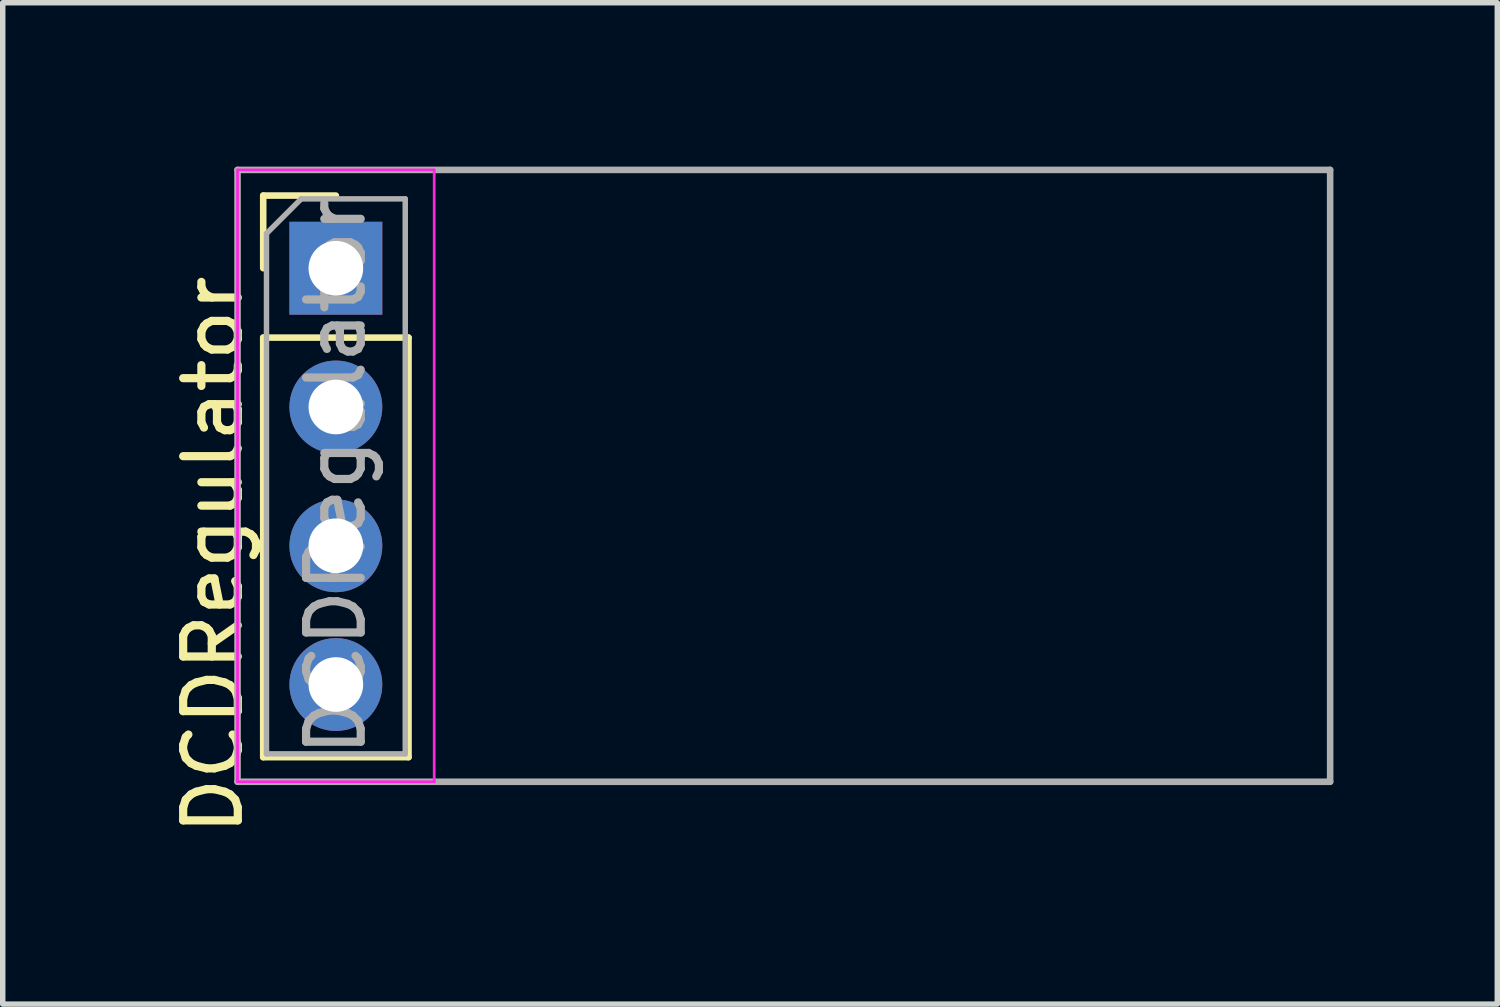
<source format=kicad_pcb>
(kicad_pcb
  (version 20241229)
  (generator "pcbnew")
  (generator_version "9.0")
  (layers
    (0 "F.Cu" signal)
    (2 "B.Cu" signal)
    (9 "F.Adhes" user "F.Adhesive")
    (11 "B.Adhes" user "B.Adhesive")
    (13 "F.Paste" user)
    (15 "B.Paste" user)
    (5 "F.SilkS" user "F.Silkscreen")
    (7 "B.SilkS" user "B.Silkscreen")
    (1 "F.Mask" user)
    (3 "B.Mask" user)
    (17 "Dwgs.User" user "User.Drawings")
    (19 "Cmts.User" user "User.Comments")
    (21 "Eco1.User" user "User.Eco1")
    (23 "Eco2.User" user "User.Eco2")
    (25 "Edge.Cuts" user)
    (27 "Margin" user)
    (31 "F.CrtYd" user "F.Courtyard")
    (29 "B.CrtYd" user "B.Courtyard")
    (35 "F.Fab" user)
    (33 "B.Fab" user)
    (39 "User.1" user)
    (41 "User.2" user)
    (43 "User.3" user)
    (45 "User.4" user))
  (footprint "DCDRegulator"
    (layer "F.Cu")
    (at 3.098 1.86)
    (property "Reference" "DCDRegulator" (at -2.25 5.25 90) (layer "F.SilkS") (effects (font (size 1 1) (thickness 0.15))))
    (attr through_hole)
    (fp_line (start -1.33 -1.33) (end 0 -1.33) (stroke (width 0.12) (type solid)) (layer "F.SilkS"))
    (fp_line (start -1.33 0) (end -1.33 -1.33) (stroke (width 0.12) (type solid)) (layer "F.SilkS"))
    (fp_line (start -1.33 1.27) (end -1.33 8.95) (stroke (width 0.12) (type solid)) (layer "F.SilkS"))
    (fp_line (start -1.33 1.27) (end 1.33 1.27) (stroke (width 0.12) (type solid)) (layer "F.SilkS"))
    (fp_line (start -1.33 8.95) (end 1.33 8.95) (stroke (width 0.12) (type solid)) (layer "F.SilkS"))
    (fp_line (start 1.33 1.27) (end 1.33 8.95) (stroke (width 0.12) (type solid)) (layer "F.SilkS"))
    (fp_line (start -1.8 -1.8) (end -1.8 9.4) (stroke (width 0.05) (type solid)) (layer "F.CrtYd"))
    (fp_line (start -1.8 9.4) (end 1.8 9.4) (stroke (width 0.05) (type solid)) (layer "F.CrtYd"))
    (fp_line (start 1.8 -1.8) (end -1.8 -1.8) (stroke (width 0.05) (type solid)) (layer "F.CrtYd"))
    (fp_line (start 1.8 9.4) (end 1.8 -1.8) (stroke (width 0.05) (type solid)) (layer "F.CrtYd"))
    (fp_line (start -1.8 -1.8) (end -1.8 9.4) (stroke (width 0.12) (type solid)) (layer "F.Fab"))
    (fp_line (start -1.8 9.4) (end 18.2 9.4) (stroke (width 0.12) (type solid)) (layer "F.Fab"))
    (fp_line (start -1.27 -0.635) (end -0.635 -1.27) (stroke (width 0.1) (type solid)) (layer "F.Fab"))
    (fp_line (start -1.27 8.89) (end -1.27 -0.635) (stroke (width 0.1) (type solid)) (layer "F.Fab"))
    (fp_line (start -0.635 -1.27) (end 1.27 -1.27) (stroke (width 0.1) (type solid)) (layer "F.Fab"))
    (fp_line (start 1.27 -1.27) (end 1.27 8.89) (stroke (width 0.1) (type solid)) (layer "F.Fab"))
    (fp_line (start 1.27 8.89) (end -1.27 8.89) (stroke (width 0.1) (type solid)) (layer "F.Fab"))
    (fp_line (start 18.2 -1.8) (end -1.8 -1.8) (stroke (width 0.12) (type solid)) (layer "F.Fab"))
    (fp_line (start 18.2 9.4) (end 18.2 -1.8) (stroke (width 0.12) (type solid)) (layer "F.Fab"))
    (fp_text user "${REFERENCE}" (at 0 3.81 90) (layer "F.Fab") (effects (font (size 1 1) (thickness 0.15))))
    (pad "1" thru_hole rect (at 0 0) (size 1.7 1.7) (drill 1) (layers "*.Cu" "*.Mask"))
    (pad "2" thru_hole oval (at 0 2.54) (size 1.7 1.7) (drill 1) (layers "*.Cu" "*.Mask"))
    (pad "3" thru_hole oval (at 0 5.08) (size 1.7 1.7) (drill 1) (layers "*.Cu" "*.Mask"))
    (pad "4" thru_hole oval (at 0 7.62) (size 1.7 1.7) (drill 1) (layers "*.Cu" "*.Mask")))
  (gr_rect
    (start -3 -3)
    (end 24.358 15.33)
    (stroke (width 0.1) (type default))
    (fill no)
    (layer "Edge.Cuts")))
</source>
